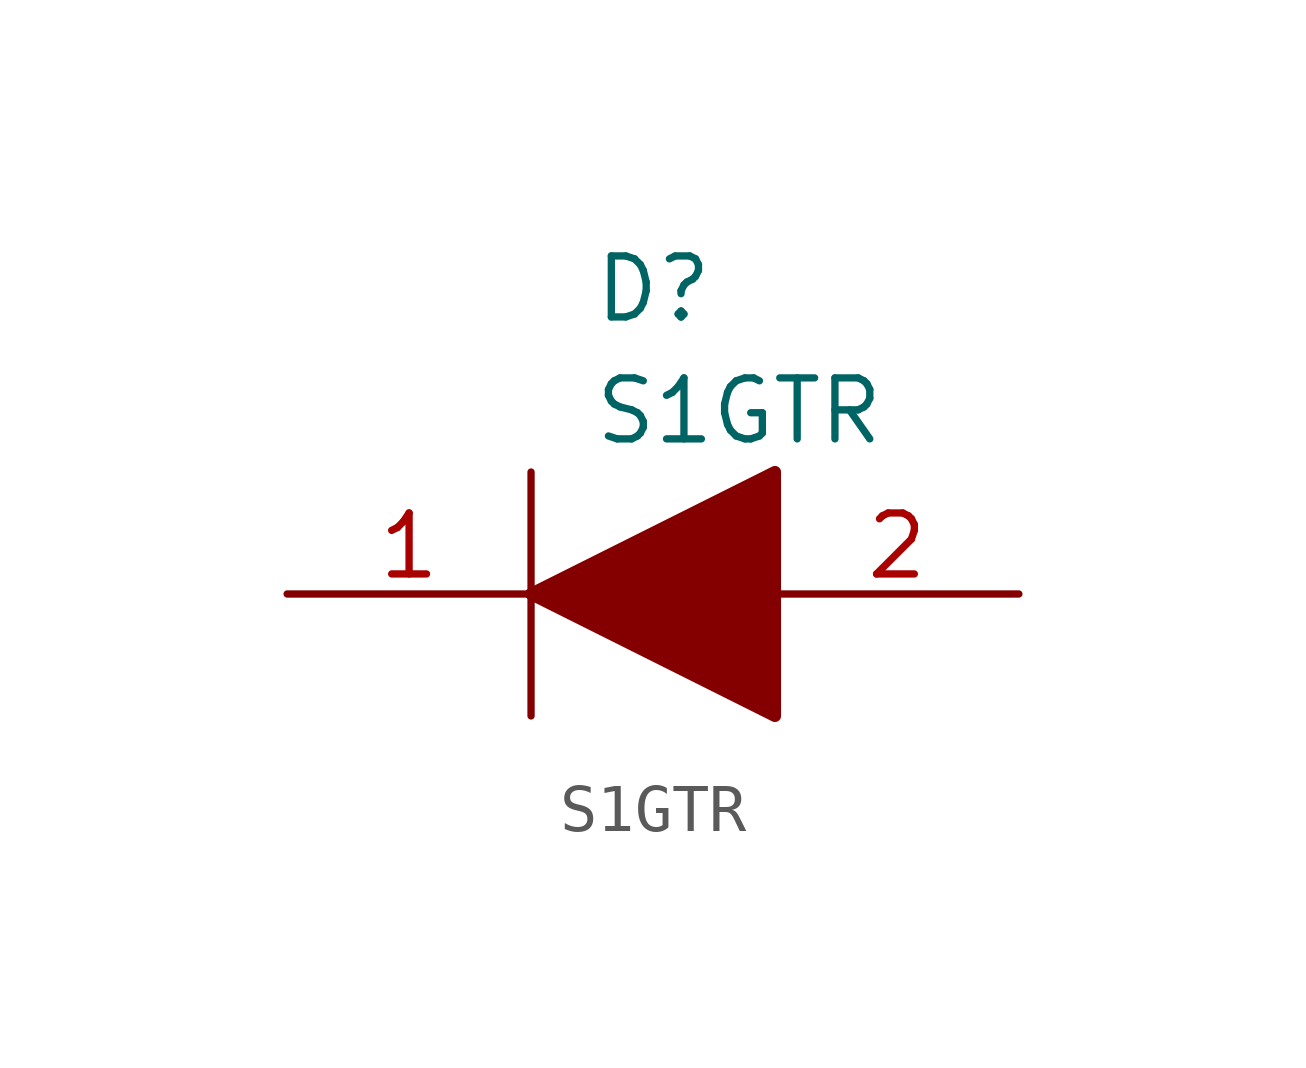
<source format=kicad_sym>
(kicad_symbol_lib
  (version 20220914)
  (generator kicad_symbol_editor)
  (symbol "S1GTR"
    (pin_names
      (offset 0.762))
    (property "Reference" "D"
      (at 6.35 6.35 0)
      (effects (font (size 1.27 1.27)) (justify left)))
    (property "Value" "S1GTR"
      (at 6.35 3.81 0)
      (effects (font (size 1.27 1.27)) (justify left)))
    (symbol "S1GTR_0_0"
      (pin passive line (at 0 0 0) (length 5.08) (name "~" (effects (font (size 1.27 1.27)))) (number "1" (effects (font (size 1.27 1.27)))))
      (pin passive line (at 15.24 0 180) (length 5.08) (name "~" (effects (font (size 1.27 1.27)))) (number "2" (effects (font (size 1.27 1.27))))))
    (symbol "S1GTR_0_1"
      (polyline (pts (xy 5.08 2.54) (xy 5.08 -2.54)) (stroke (width 0.152) (type default)) (fill (type none)))
      (polyline (pts (xy 5.08 0) (xy 10.16 2.54) (xy 10.16 -2.54) (xy 5.08 0)) (stroke (width 0.254) (type default)) (fill (type outline))))))
</source>
